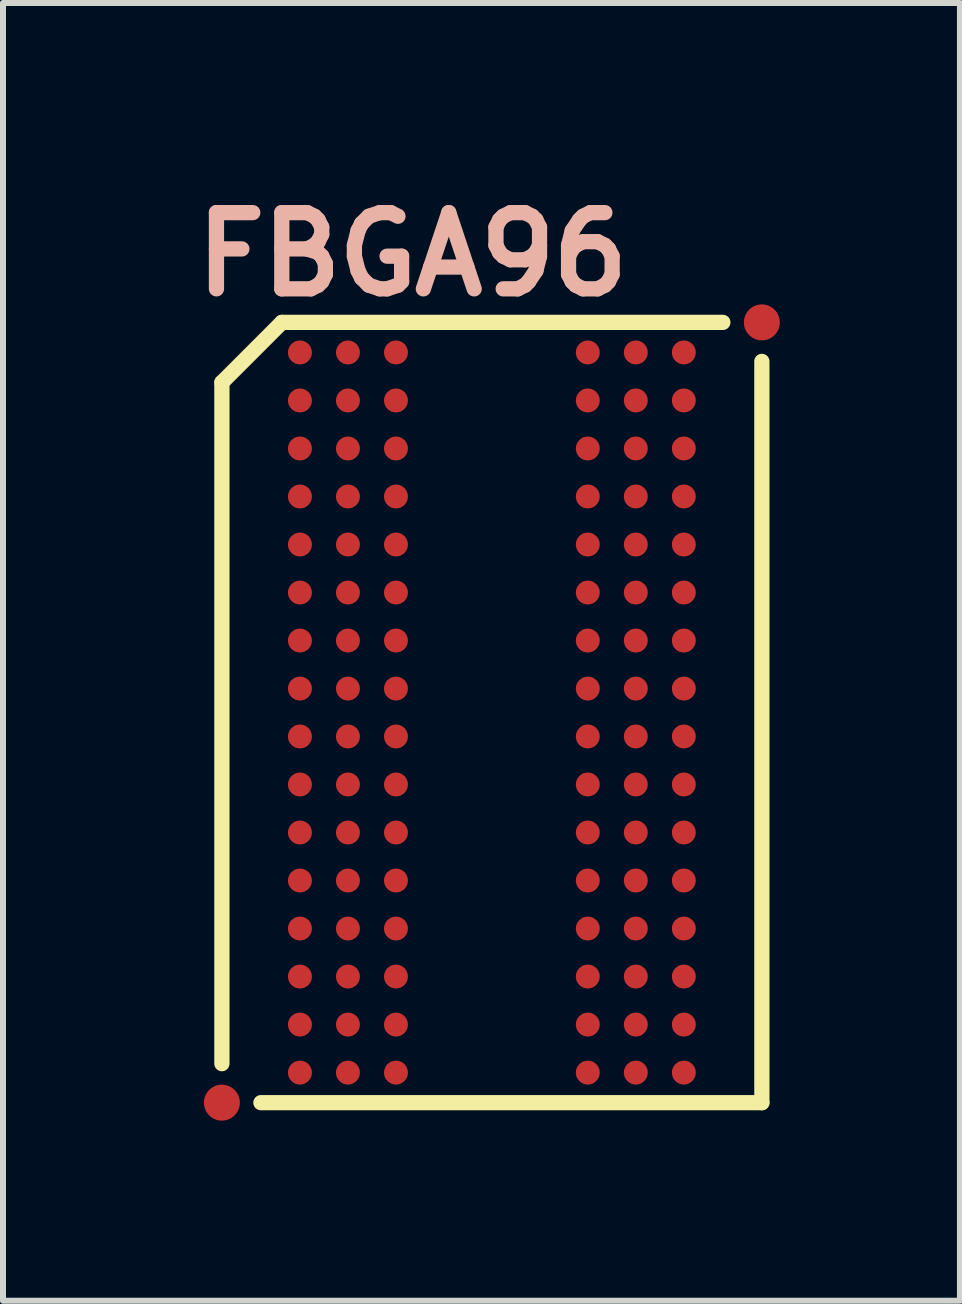
<source format=kicad_pcb>
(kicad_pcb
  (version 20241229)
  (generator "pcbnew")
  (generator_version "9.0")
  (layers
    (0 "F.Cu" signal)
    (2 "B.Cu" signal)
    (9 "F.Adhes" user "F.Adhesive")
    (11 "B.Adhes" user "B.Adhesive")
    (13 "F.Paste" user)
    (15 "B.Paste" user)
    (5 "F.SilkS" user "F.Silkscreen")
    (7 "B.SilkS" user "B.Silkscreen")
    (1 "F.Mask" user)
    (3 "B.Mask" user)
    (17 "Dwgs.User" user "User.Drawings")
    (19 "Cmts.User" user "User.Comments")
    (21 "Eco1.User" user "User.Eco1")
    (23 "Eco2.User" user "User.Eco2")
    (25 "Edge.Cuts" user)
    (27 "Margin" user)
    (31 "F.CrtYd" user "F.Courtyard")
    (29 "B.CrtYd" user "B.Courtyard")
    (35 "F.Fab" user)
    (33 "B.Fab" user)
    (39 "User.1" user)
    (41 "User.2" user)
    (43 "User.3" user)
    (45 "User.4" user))
  (footprint "FBGA96"
    (layer "F.Cu")
    (at 5.145 8.821)
    (property "Reference" "FBGA96" (at -1.323 -7.633 0) (layer "B.SilkS") (effects (font (size 1.27 1.27) (thickness 0.254))))
    (attr smd)
    (fp_line (start -4.498 -5.499) (end -4.498 5.85) (stroke (width 0.254) (type solid)) (layer "F.SilkS"))
    (fp_line (start -3.848 6.5) (end 4.498 6.5) (stroke (width 0.254) (type solid)) (layer "F.SilkS"))
    (fp_line (start -3.498 -6.5) (end -4.498 -5.499) (stroke (width 0.254) (type solid)) (layer "F.SilkS"))
    (fp_line (start 3.848 -6.5) (end -3.498 -6.5) (stroke (width 0.254) (type solid)) (layer "F.SilkS"))
    (fp_line (start 4.498 6.5) (end 4.498 -5.85) (stroke (width 0.254) (type solid)) (layer "F.SilkS"))
    (pad "A1" smd circle (at -3.198 -5.999) (size 0.399 0.399) (layers "F.Cu" "F.Mask" "F.Paste"))
    (pad "A2" smd circle (at -2.398 -5.999) (size 0.399 0.399) (layers "F.Cu" "F.Mask" "F.Paste"))
    (pad "A3" smd circle (at -1.598 -5.999) (size 0.399 0.399) (layers "F.Cu" "F.Mask" "F.Paste"))
    (pad "A7" smd circle (at 1.598 -5.999) (size 0.399 0.399) (layers "F.Cu" "F.Mask" "F.Paste"))
    (pad "A8" smd circle (at 2.398 -5.999) (size 0.399 0.399) (layers "F.Cu" "F.Mask" "F.Paste"))
    (pad "A9" smd circle (at 3.198 -5.999) (size 0.399 0.399) (layers "F.Cu" "F.Mask" "F.Paste"))
    (pad "B1" smd circle (at -3.198 -5.199) (size 0.399 0.399) (layers "F.Cu" "F.Mask" "F.Paste"))
    (pad "B2" smd circle (at -2.398 -5.199) (size 0.399 0.399) (layers "F.Cu" "F.Mask" "F.Paste"))
    (pad "B3" smd circle (at -1.598 -5.199) (size 0.399 0.399) (layers "F.Cu" "F.Mask" "F.Paste"))
    (pad "B7" smd circle (at 1.598 -5.199) (size 0.399 0.399) (layers "F.Cu" "F.Mask" "F.Paste"))
    (pad "B8" smd circle (at 2.398 -5.199) (size 0.399 0.399) (layers "F.Cu" "F.Mask" "F.Paste"))
    (pad "B9" smd circle (at 3.198 -5.199) (size 0.399 0.399) (layers "F.Cu" "F.Mask" "F.Paste"))
    (pad "C1" smd circle (at -3.198 -4.399) (size 0.399 0.399) (layers "F.Cu" "F.Mask" "F.Paste"))
    (pad "C2" smd circle (at -2.398 -4.399) (size 0.399 0.399) (layers "F.Cu" "F.Mask" "F.Paste"))
    (pad "C3" smd circle (at -1.598 -4.399) (size 0.399 0.399) (layers "F.Cu" "F.Mask" "F.Paste"))
    (pad "C7" smd circle (at 1.598 -4.399) (size 0.399 0.399) (layers "F.Cu" "F.Mask" "F.Paste"))
    (pad "C8" smd circle (at 2.398 -4.399) (size 0.399 0.399) (layers "F.Cu" "F.Mask" "F.Paste"))
    (pad "C9" smd circle (at 3.198 -4.399) (size 0.399 0.399) (layers "F.Cu" "F.Mask" "F.Paste"))
    (pad "D1" smd circle (at -3.198 -3.599) (size 0.399 0.399) (layers "F.Cu" "F.Mask" "F.Paste"))
    (pad "D2" smd circle (at -2.398 -3.599) (size 0.399 0.399) (layers "F.Cu" "F.Mask" "F.Paste"))
    (pad "D3" smd circle (at -1.598 -3.599) (size 0.399 0.399) (layers "F.Cu" "F.Mask" "F.Paste"))
    (pad "D7" smd circle (at 1.598 -3.599) (size 0.399 0.399) (layers "F.Cu" "F.Mask" "F.Paste"))
    (pad "D8" smd circle (at 2.398 -3.599) (size 0.399 0.399) (layers "F.Cu" "F.Mask" "F.Paste"))
    (pad "D9" smd circle (at 3.198 -3.599) (size 0.399 0.399) (layers "F.Cu" "F.Mask" "F.Paste"))
    (pad "E1" smd circle (at -3.198 -2.799) (size 0.399 0.399) (layers "F.Cu" "F.Mask" "F.Paste"))
    (pad "E2" smd circle (at -2.398 -2.799) (size 0.399 0.399) (layers "F.Cu" "F.Mask" "F.Paste"))
    (pad "E3" smd circle (at -1.598 -2.799) (size 0.399 0.399) (layers "F.Cu" "F.Mask" "F.Paste"))
    (pad "E7" smd circle (at 1.598 -2.799) (size 0.399 0.399) (layers "F.Cu" "F.Mask" "F.Paste"))
    (pad "E8" smd circle (at 2.398 -2.799) (size 0.399 0.399) (layers "F.Cu" "F.Mask" "F.Paste"))
    (pad "E9" smd circle (at 3.198 -2.799) (size 0.399 0.399) (layers "F.Cu" "F.Mask" "F.Paste"))
    (pad "F1" smd circle (at -3.198 -1.999) (size 0.399 0.399) (layers "F.Cu" "F.Mask" "F.Paste"))
    (pad "F2" smd circle (at -2.398 -1.999) (size 0.399 0.399) (layers "F.Cu" "F.Mask" "F.Paste"))
    (pad "F3" smd circle (at -1.598 -1.999) (size 0.399 0.399) (layers "F.Cu" "F.Mask" "F.Paste"))
    (pad "F7" smd circle (at 1.598 -1.999) (size 0.399 0.399) (layers "F.Cu" "F.Mask" "F.Paste"))
    (pad "F8" smd circle (at 2.398 -1.999) (size 0.399 0.399) (layers "F.Cu" "F.Mask" "F.Paste"))
    (pad "F9" smd circle (at 3.198 -1.999) (size 0.399 0.399) (layers "F.Cu" "F.Mask" "F.Paste"))
    (pad "FID1" smd circle (at -4.498 6.5) (size 0.599 0.599) (layers "F.Cu" "F.Mask" "F.Paste"))
    (pad "FID2" smd circle (at 4.498 -6.5) (size 0.599 0.599) (layers "F.Cu" "F.Mask" "F.Paste"))
    (pad "G1" smd circle (at -3.198 -1.199) (size 0.399 0.399) (layers "F.Cu" "F.Mask" "F.Paste"))
    (pad "G2" smd circle (at -2.398 -1.199) (size 0.399 0.399) (layers "F.Cu" "F.Mask" "F.Paste"))
    (pad "G3" smd circle (at -1.598 -1.199) (size 0.399 0.399) (layers "F.Cu" "F.Mask" "F.Paste"))
    (pad "G7" smd circle (at 1.598 -1.199) (size 0.399 0.399) (layers "F.Cu" "F.Mask" "F.Paste"))
    (pad "G8" smd circle (at 2.398 -1.199) (size 0.399 0.399) (layers "F.Cu" "F.Mask" "F.Paste"))
    (pad "G9" smd circle (at 3.198 -1.199) (size 0.399 0.399) (layers "F.Cu" "F.Mask" "F.Paste"))
    (pad "H1" smd circle (at -3.198 -0.399) (size 0.399 0.399) (layers "F.Cu" "F.Mask" "F.Paste"))
    (pad "H2" smd circle (at -2.398 -0.399) (size 0.399 0.399) (layers "F.Cu" "F.Mask" "F.Paste"))
    (pad "H3" smd circle (at -1.598 -0.399) (size 0.399 0.399) (layers "F.Cu" "F.Mask" "F.Paste"))
    (pad "H7" smd circle (at 1.598 -0.399) (size 0.399 0.399) (layers "F.Cu" "F.Mask" "F.Paste"))
    (pad "H8" smd circle (at 2.398 -0.399) (size 0.399 0.399) (layers "F.Cu" "F.Mask" "F.Paste"))
    (pad "H9" smd circle (at 3.198 -0.399) (size 0.399 0.399) (layers "F.Cu" "F.Mask" "F.Paste"))
    (pad "J1" smd circle (at -3.198 0.399) (size 0.399 0.399) (layers "F.Cu" "F.Mask" "F.Paste"))
    (pad "J2" smd circle (at -2.398 0.399) (size 0.399 0.399) (layers "F.Cu" "F.Mask" "F.Paste"))
    (pad "J3" smd circle (at -1.598 0.399) (size 0.399 0.399) (layers "F.Cu" "F.Mask" "F.Paste"))
    (pad "J7" smd circle (at 1.598 0.399) (size 0.399 0.399) (layers "F.Cu" "F.Mask" "F.Paste"))
    (pad "J8" smd circle (at 2.398 0.399) (size 0.399 0.399) (layers "F.Cu" "F.Mask" "F.Paste"))
    (pad "J9" smd circle (at 3.198 0.399) (size 0.399 0.399) (layers "F.Cu" "F.Mask" "F.Paste"))
    (pad "K1" smd circle (at -3.198 1.199) (size 0.399 0.399) (layers "F.Cu" "F.Mask" "F.Paste"))
    (pad "K2" smd circle (at -2.398 1.199) (size 0.399 0.399) (layers "F.Cu" "F.Mask" "F.Paste"))
    (pad "K3" smd circle (at -1.598 1.199) (size 0.399 0.399) (layers "F.Cu" "F.Mask" "F.Paste"))
    (pad "K7" smd circle (at 1.598 1.199) (size 0.399 0.399) (layers "F.Cu" "F.Mask" "F.Paste"))
    (pad "K8" smd circle (at 2.398 1.199) (size 0.399 0.399) (layers "F.Cu" "F.Mask" "F.Paste"))
    (pad "K9" smd circle (at 3.198 1.199) (size 0.399 0.399) (layers "F.Cu" "F.Mask" "F.Paste"))
    (pad "L1" smd circle (at -3.198 1.999) (size 0.399 0.399) (layers "F.Cu" "F.Mask" "F.Paste"))
    (pad "L2" smd circle (at -2.398 1.999) (size 0.399 0.399) (layers "F.Cu" "F.Mask" "F.Paste"))
    (pad "L3" smd circle (at -1.598 1.999) (size 0.399 0.399) (layers "F.Cu" "F.Mask" "F.Paste"))
    (pad "L7" smd circle (at 1.598 1.999) (size 0.399 0.399) (layers "F.Cu" "F.Mask" "F.Paste"))
    (pad "L8" smd circle (at 2.398 1.999) (size 0.399 0.399) (layers "F.Cu" "F.Mask" "F.Paste"))
    (pad "L9" smd circle (at 3.198 1.999) (size 0.399 0.399) (layers "F.Cu" "F.Mask" "F.Paste"))
    (pad "M1" smd circle (at -3.198 2.799) (size 0.399 0.399) (layers "F.Cu" "F.Mask" "F.Paste"))
    (pad "M2" smd circle (at -2.398 2.799) (size 0.399 0.399) (layers "F.Cu" "F.Mask" "F.Paste"))
    (pad "M3" smd circle (at -1.598 2.799) (size 0.399 0.399) (layers "F.Cu" "F.Mask" "F.Paste"))
    (pad "M7" smd circle (at 1.598 2.799) (size 0.399 0.399) (layers "F.Cu" "F.Mask" "F.Paste"))
    (pad "M8" smd circle (at 2.398 2.799) (size 0.399 0.399) (layers "F.Cu" "F.Mask" "F.Paste"))
    (pad "M9" smd circle (at 3.198 2.799) (size 0.399 0.399) (layers "F.Cu" "F.Mask" "F.Paste"))
    (pad "N1" smd circle (at -3.198 3.599) (size 0.399 0.399) (layers "F.Cu" "F.Mask" "F.Paste"))
    (pad "N2" smd circle (at -2.398 3.599) (size 0.399 0.399) (layers "F.Cu" "F.Mask" "F.Paste"))
    (pad "N3" smd circle (at -1.598 3.599) (size 0.399 0.399) (layers "F.Cu" "F.Mask" "F.Paste"))
    (pad "N7" smd circle (at 1.598 3.599) (size 0.399 0.399) (layers "F.Cu" "F.Mask" "F.Paste"))
    (pad "N8" smd circle (at 2.398 3.599) (size 0.399 0.399) (layers "F.Cu" "F.Mask" "F.Paste"))
    (pad "N9" smd circle (at 3.198 3.599) (size 0.399 0.399) (layers "F.Cu" "F.Mask" "F.Paste"))
    (pad "P1" smd circle (at -3.198 4.399) (size 0.399 0.399) (layers "F.Cu" "F.Mask" "F.Paste"))
    (pad "P2" smd circle (at -2.398 4.399) (size 0.399 0.399) (layers "F.Cu" "F.Mask" "F.Paste"))
    (pad "P3" smd circle (at -1.598 4.399) (size 0.399 0.399) (layers "F.Cu" "F.Mask" "F.Paste"))
    (pad "P7" smd circle (at 1.598 4.399) (size 0.399 0.399) (layers "F.Cu" "F.Mask" "F.Paste"))
    (pad "P8" smd circle (at 2.398 4.399) (size 0.399 0.399) (layers "F.Cu" "F.Mask" "F.Paste"))
    (pad "P9" smd circle (at 3.198 4.399) (size 0.399 0.399) (layers "F.Cu" "F.Mask" "F.Paste"))
    (pad "R1" smd circle (at -3.198 5.199) (size 0.399 0.399) (layers "F.Cu" "F.Mask" "F.Paste"))
    (pad "R2" smd circle (at -2.398 5.199) (size 0.399 0.399) (layers "F.Cu" "F.Mask" "F.Paste"))
    (pad "R3" smd circle (at -1.598 5.199) (size 0.399 0.399) (layers "F.Cu" "F.Mask" "F.Paste"))
    (pad "R7" smd circle (at 1.598 5.199) (size 0.399 0.399) (layers "F.Cu" "F.Mask" "F.Paste"))
    (pad "R8" smd circle (at 2.398 5.199) (size 0.399 0.399) (layers "F.Cu" "F.Mask" "F.Paste"))
    (pad "R9" smd circle (at 3.198 5.199) (size 0.399 0.399) (layers "F.Cu" "F.Mask" "F.Paste"))
    (pad "T1" smd circle (at -3.198 5.999) (size 0.399 0.399) (layers "F.Cu" "F.Mask" "F.Paste"))
    (pad "T2" smd circle (at -2.398 5.999) (size 0.399 0.399) (layers "F.Cu" "F.Mask" "F.Paste"))
    (pad "T3" smd circle (at -1.598 5.999) (size 0.399 0.399) (layers "F.Cu" "F.Mask" "F.Paste"))
    (pad "T7" smd circle (at 1.598 5.999) (size 0.399 0.399) (layers "F.Cu" "F.Mask" "F.Paste"))
    (pad "T8" smd circle (at 2.398 5.999) (size 0.399 0.399) (layers "F.Cu" "F.Mask" "F.Paste"))
    (pad "T9" smd circle (at 3.198 5.999) (size 0.399 0.399) (layers "F.Cu" "F.Mask" "F.Paste")))
  (gr_rect
    (start -3 -3)
    (end 12.943 18.621)
    (stroke (width 0.1) (type default))
    (fill no)
    (layer "Edge.Cuts")))
</source>
